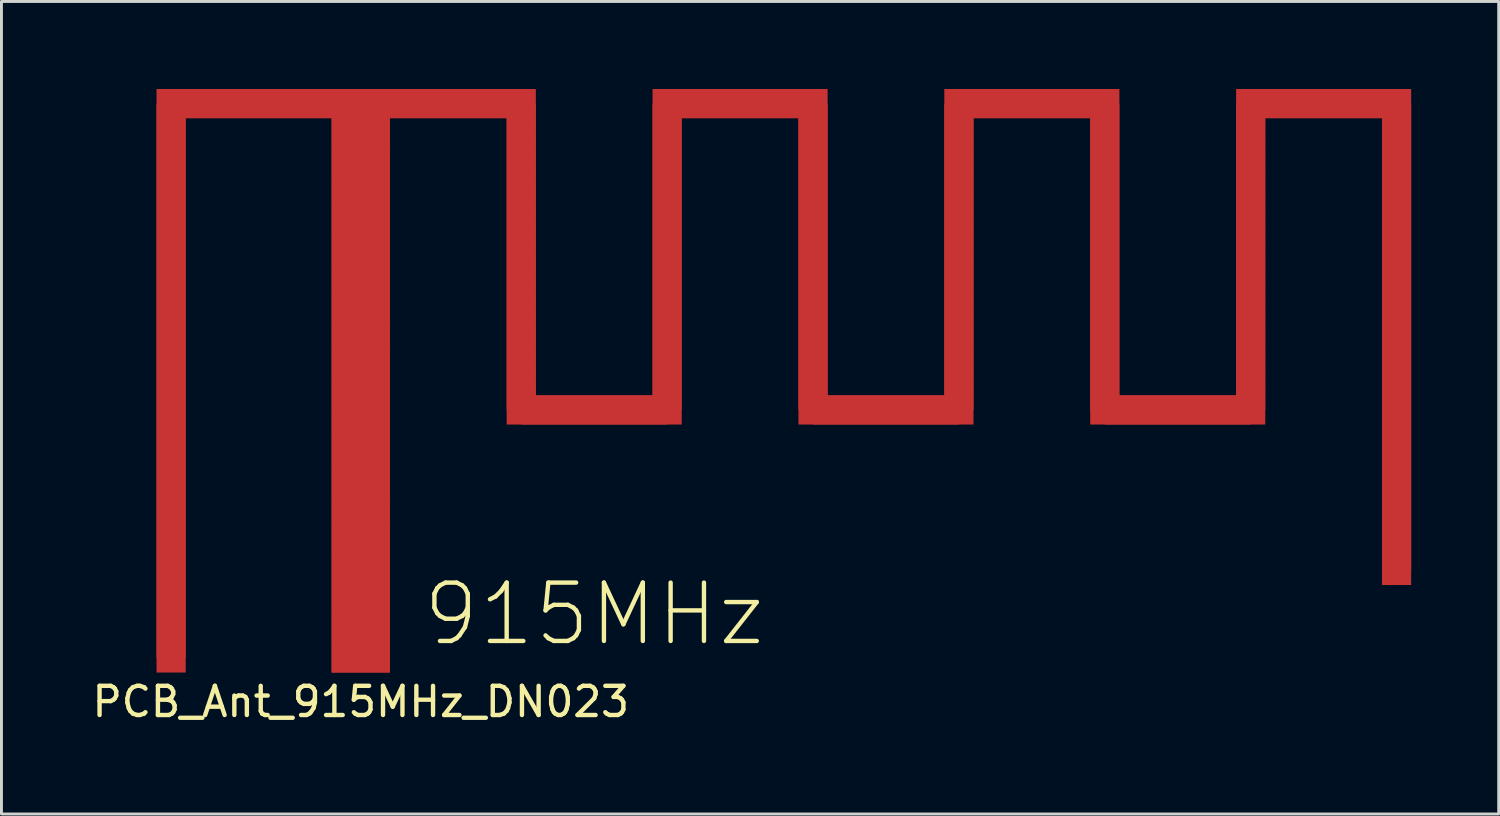
<source format=kicad_pcb>
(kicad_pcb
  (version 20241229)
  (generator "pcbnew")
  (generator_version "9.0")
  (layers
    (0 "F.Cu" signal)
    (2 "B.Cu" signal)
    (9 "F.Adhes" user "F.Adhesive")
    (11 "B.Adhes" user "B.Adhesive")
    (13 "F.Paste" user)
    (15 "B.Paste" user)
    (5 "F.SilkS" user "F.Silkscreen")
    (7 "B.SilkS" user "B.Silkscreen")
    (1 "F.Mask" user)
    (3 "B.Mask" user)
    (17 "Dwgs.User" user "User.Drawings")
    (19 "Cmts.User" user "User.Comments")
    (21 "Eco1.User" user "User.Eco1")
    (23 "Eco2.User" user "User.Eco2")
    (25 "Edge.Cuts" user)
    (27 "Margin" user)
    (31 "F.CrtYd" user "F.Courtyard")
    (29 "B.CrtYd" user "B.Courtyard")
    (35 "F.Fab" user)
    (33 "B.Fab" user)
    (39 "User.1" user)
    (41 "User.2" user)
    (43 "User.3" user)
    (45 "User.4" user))
  (footprint "PCB_Ant_915MHz_DN023"
    (layer "F.Cu")
    (at 9.315 20)
    (property "Reference" "PCB_Ant_915MHz_DN023" (at 0 1 0) (layer "F.SilkS") (effects (font (size 1 1) (thickness 0.15))))
    (attr through_hole)
    (fp_text user "915MHz" (at 8 -2 0) (layer "F.SilkS") (effects (font (size 2 2) (thickness 0.15))))
    (pad "" smd rect (at -6.5 -19.5) (size 1 1) (layers "F.Cu"))
    (pad "" smd rect (at -6.5 -19) (size 1 1) (layers "F.Cu"))
    (pad "" smd rect (at -6.5 -18.5) (size 1 1) (layers "F.Cu"))
    (pad "" smd rect (at -6.5 -18) (size 1 1) (layers "F.Cu"))
    (pad "" smd rect (at -6.5 -17.5) (size 1 1) (layers "F.Cu"))
    (pad "" smd rect (at -6.5 -17) (size 1 1) (layers "F.Cu"))
    (pad "" smd rect (at -6.5 -16.5) (size 1 1) (layers "F.Cu"))
    (pad "" smd rect (at -6.5 -16) (size 1 1) (layers "F.Cu"))
    (pad "" smd rect (at -6.5 -15.5) (size 1 1) (layers "F.Cu"))
    (pad "" smd rect (at -6.5 -15) (size 1 1) (layers "F.Cu"))
    (pad "" smd rect (at -6.5 -14.5) (size 1 1) (layers "F.Cu"))
    (pad "" smd rect (at -6.5 -14) (size 1 1) (layers "F.Cu"))
    (pad "" smd rect (at -6.5 -13.5) (size 1 1) (layers "F.Cu"))
    (pad "" smd rect (at -6.5 -13) (size 1 1) (layers "F.Cu"))
    (pad "" smd rect (at -6.5 -12.5) (size 1 1) (layers "F.Cu"))
    (pad "" smd rect (at -6.5 -12) (size 1 1) (layers "F.Cu"))
    (pad "" smd rect (at -6.5 -11.5) (size 1 1) (layers "F.Cu"))
    (pad "" smd rect (at -6.5 -11) (size 1 1) (layers "F.Cu"))
    (pad "" smd rect (at -6.5 -10.5) (size 1 1) (layers "F.Cu"))
    (pad "" smd rect (at -6.5 -10) (size 1 1) (layers "F.Cu"))
    (pad "" smd rect (at -6.5 -9.5) (size 1 1) (layers "F.Cu"))
    (pad "" smd rect (at -6.5 -9) (size 1 1) (layers "F.Cu"))
    (pad "" smd rect (at -6.5 -8.5) (size 1 1) (layers "F.Cu"))
    (pad "" smd rect (at -6.5 -8) (size 1 1) (layers "F.Cu"))
    (pad "" smd rect (at -6.5 -7.5) (size 1 1) (layers "F.Cu"))
    (pad "" smd rect (at -6.5 -7) (size 1 1) (layers "F.Cu"))
    (pad "" smd rect (at -6.5 -6.5) (size 1 1) (layers "F.Cu"))
    (pad "" smd rect (at -6.5 -6) (size 1 1) (layers "F.Cu"))
    (pad "" smd rect (at -6.5 -5.5) (size 1 1) (layers "F.Cu"))
    (pad "" smd rect (at -6.5 -5) (size 1 1) (layers "F.Cu"))
    (pad "" smd rect (at -6.5 -4.5) (size 1 1) (layers "F.Cu"))
    (pad "" smd rect (at -6.5 -4) (size 1 1) (layers "F.Cu"))
    (pad "" smd rect (at -6.5 -3.5) (size 1 1) (layers "F.Cu"))
    (pad "" smd rect (at -6.5 -3) (size 1 1) (layers "F.Cu"))
    (pad "" smd rect (at -6.5 -2.5) (size 1 1) (layers "F.Cu"))
    (pad "" smd rect (at -6.5 -2) (size 1 1) (layers "F.Cu"))
    (pad "" smd rect (at -6.5 -1.5) (size 1 1) (layers "F.Cu"))
    (pad "" smd rect (at -6.5 -1) (size 1 1) (layers "F.Cu"))
    (pad "" smd rect (at -6 -19.5) (size 1 1) (layers "F.Cu"))
    (pad "" smd rect (at -5.5 -19.5) (size 1 1) (layers "F.Cu"))
    (pad "" smd rect (at -5 -19.5) (size 1 1) (layers "F.Cu"))
    (pad "" smd rect (at -4.5 -19.5) (size 1 1) (layers "F.Cu"))
    (pad "" smd rect (at -4 -19.5) (size 1 1) (layers "F.Cu"))
    (pad "" smd rect (at -3.5 -19.5) (size 1 1) (layers "F.Cu"))
    (pad "" smd rect (at -3 -19.5) (size 1 1) (layers "F.Cu"))
    (pad "" smd rect (at -2.5 -19.5) (size 1 1) (layers "F.Cu"))
    (pad "" smd rect (at -2 -19.5) (size 1 1) (layers "F.Cu"))
    (pad "" smd rect (at -1.5 -19.5) (size 1 1) (layers "F.Cu"))
    (pad "" smd rect (at -1 -19.5) (size 1 1) (layers "F.Cu"))
    (pad "" smd rect (at 0 -19) (size 2 2) (layers "F.Cu"))
    (pad "" smd rect (at 0 -18) (size 2 2) (layers "F.Cu"))
    (pad "" smd rect (at 0 -17) (size 2 2) (layers "F.Cu"))
    (pad "" smd rect (at 0 -16) (size 2 2) (layers "F.Cu"))
    (pad "" smd rect (at 0 -15) (size 2 2) (layers "F.Cu"))
    (pad "" smd rect (at 0 -14) (size 2 2) (layers "F.Cu"))
    (pad "" smd rect (at 0 -13) (size 2 2) (layers "F.Cu"))
    (pad "" smd rect (at 0 -12) (size 2 2) (layers "F.Cu"))
    (pad "" smd rect (at 0 -11) (size 2 2) (layers "F.Cu"))
    (pad "" smd rect (at 0 -10) (size 2 2) (layers "F.Cu"))
    (pad "" smd rect (at 0 -9) (size 2 2) (layers "F.Cu"))
    (pad "" smd rect (at 0 -8) (size 2 2) (layers "F.Cu"))
    (pad "" smd rect (at 0 -7) (size 2 2) (layers "F.Cu"))
    (pad "" smd rect (at 0 -6) (size 2 2) (layers "F.Cu"))
    (pad "" smd rect (at 0 -5) (size 2 2) (layers "F.Cu"))
    (pad "" smd rect (at 0 -4) (size 2 2) (layers "F.Cu"))
    (pad "" smd rect (at 0 -3) (size 2 2) (layers "F.Cu"))
    (pad "" smd rect (at 0 -2) (size 2 2) (layers "F.Cu"))
    (pad "" smd rect (at 0 -1) (size 2 2) (layers "F.Cu"))
    (pad "" smd rect (at 1 -19.5) (size 1 1) (layers "F.Cu"))
    (pad "" smd rect (at 1.5 -19.5) (size 1 1) (layers "F.Cu"))
    (pad "" smd rect (at 2 -19.5) (size 1 1) (layers "F.Cu"))
    (pad "" smd rect (at 2.5 -19.5) (size 1 1) (layers "F.Cu"))
    (pad "" smd rect (at 3 -19.5) (size 1 1) (layers "F.Cu"))
    (pad "" smd rect (at 3.5 -19.5) (size 1 1) (layers "F.Cu"))
    (pad "" smd rect (at 4 -19.5) (size 1 1) (layers "F.Cu"))
    (pad "" smd rect (at 4.5 -19.5) (size 1 1) (layers "F.Cu"))
    (pad "" smd rect (at 5 -19.5) (size 1 1) (layers "F.Cu"))
    (pad "" smd rect (at 5.5 -19.5) (size 1 1) (layers "F.Cu"))
    (pad "" smd rect (at 5.5 -19) (size 1 1) (layers "F.Cu"))
    (pad "" smd rect (at 5.5 -18.5) (size 1 1) (layers "F.Cu"))
    (pad "" smd rect (at 5.5 -18) (size 1 1) (layers "F.Cu"))
    (pad "" smd rect (at 5.5 -17.5) (size 1 1) (layers "F.Cu"))
    (pad "" smd rect (at 5.5 -17) (size 1 1) (layers "F.Cu"))
    (pad "" smd rect (at 5.5 -16.5) (size 1 1) (layers "F.Cu"))
    (pad "" smd rect (at 5.5 -16) (size 1 1) (layers "F.Cu"))
    (pad "" smd rect (at 5.5 -15.5) (size 1 1) (layers "F.Cu"))
    (pad "" smd rect (at 5.5 -15) (size 1 1) (layers "F.Cu"))
    (pad "" smd rect (at 5.5 -14.5) (size 1 1) (layers "F.Cu"))
    (pad "" smd rect (at 5.5 -14) (size 1 1) (layers "F.Cu"))
    (pad "" smd rect (at 5.5 -13.5) (size 1 1) (layers "F.Cu"))
    (pad "" smd rect (at 5.5 -13) (size 1 1) (layers "F.Cu"))
    (pad "" smd rect (at 5.5 -12.5) (size 1 1) (layers "F.Cu"))
    (pad "" smd rect (at 5.5 -12) (size 1 1) (layers "F.Cu"))
    (pad "" smd rect (at 5.5 -11.5) (size 1 1) (layers "F.Cu"))
    (pad "" smd rect (at 5.5 -11) (size 1 1) (layers "F.Cu"))
    (pad "" smd rect (at 5.5 -10.5) (size 1 1) (layers "F.Cu"))
    (pad "" smd rect (at 5.5 -10) (size 1 1) (layers "F.Cu"))
    (pad "" smd rect (at 5.5 -9.5) (size 1 1) (layers "F.Cu"))
    (pad "" smd rect (at 5.5 -9) (size 1 1) (layers "F.Cu"))
    (pad "" smd rect (at 6 -9) (size 1 1) (layers "F.Cu"))
    (pad "" smd rect (at 6.5 -9) (size 1 1) (layers "F.Cu"))
    (pad "" smd rect (at 7 -9) (size 1 1) (layers "F.Cu"))
    (pad "" smd rect (at 7.5 -9) (size 1 1) (layers "F.Cu"))
    (pad "" smd rect (at 8 -9) (size 1 1) (layers "F.Cu"))
    (pad "" smd rect (at 8.5 -9) (size 1 1) (layers "F.Cu"))
    (pad "" smd rect (at 9 -9) (size 1 1) (layers "F.Cu"))
    (pad "" smd rect (at 9.5 -9) (size 1 1) (layers "F.Cu"))
    (pad "" smd rect (at 10 -9) (size 1 1) (layers "F.Cu"))
    (pad "" smd rect (at 10.5 -19.5) (size 1 1) (layers "F.Cu"))
    (pad "" smd rect (at 10.5 -19) (size 1 1) (layers "F.Cu"))
    (pad "" smd rect (at 10.5 -18.5) (size 1 1) (layers "F.Cu"))
    (pad "" smd rect (at 10.5 -18) (size 1 1) (layers "F.Cu"))
    (pad "" smd rect (at 10.5 -17.5) (size 1 1) (layers "F.Cu"))
    (pad "" smd rect (at 10.5 -17) (size 1 1) (layers "F.Cu"))
    (pad "" smd rect (at 10.5 -16.5) (size 1 1) (layers "F.Cu"))
    (pad "" smd rect (at 10.5 -16) (size 1 1) (layers "F.Cu"))
    (pad "" smd rect (at 10.5 -15.5) (size 1 1) (layers "F.Cu"))
    (pad "" smd rect (at 10.5 -15) (size 1 1) (layers "F.Cu"))
    (pad "" smd rect (at 10.5 -14.5) (size 1 1) (layers "F.Cu"))
    (pad "" smd rect (at 10.5 -14) (size 1 1) (layers "F.Cu"))
    (pad "" smd rect (at 10.5 -13.5) (size 1 1) (layers "F.Cu"))
    (pad "" smd rect (at 10.5 -13) (size 1 1) (layers "F.Cu"))
    (pad "" smd rect (at 10.5 -12.5) (size 1 1) (layers "F.Cu"))
    (pad "" smd rect (at 10.5 -12) (size 1 1) (layers "F.Cu"))
    (pad "" smd rect (at 10.5 -11.5) (size 1 1) (layers "F.Cu"))
    (pad "" smd rect (at 10.5 -11) (size 1 1) (layers "F.Cu"))
    (pad "" smd rect (at 10.5 -10.5) (size 1 1) (layers "F.Cu"))
    (pad "" smd rect (at 10.5 -10) (size 1 1) (layers "F.Cu"))
    (pad "" smd rect (at 10.5 -9.5) (size 1 1) (layers "F.Cu"))
    (pad "" smd rect (at 10.5 -9) (size 1 1) (layers "F.Cu"))
    (pad "" smd rect (at 11 -19.5) (size 1 1) (layers "F.Cu"))
    (pad "" smd rect (at 11.5 -19.5) (size 1 1) (layers "F.Cu"))
    (pad "" smd rect (at 12 -19.5) (size 1 1) (layers "F.Cu"))
    (pad "" smd rect (at 12.5 -19.5) (size 1 1) (layers "F.Cu"))
    (pad "" smd rect (at 13 -19.5) (size 1 1) (layers "F.Cu"))
    (pad "" smd rect (at 13.5 -19.5) (size 1 1) (layers "F.Cu"))
    (pad "" smd rect (at 14 -19.5) (size 1 1) (layers "F.Cu"))
    (pad "" smd rect (at 14.5 -19.5) (size 1 1) (layers "F.Cu"))
    (pad "" smd rect (at 15 -19.5) (size 1 1) (layers "F.Cu"))
    (pad "" smd rect (at 15.5 -19.5) (size 1 1) (layers "F.Cu"))
    (pad "" smd rect (at 15.5 -19) (size 1 1) (layers "F.Cu"))
    (pad "" smd rect (at 15.5 -18.5) (size 1 1) (layers "F.Cu"))
    (pad "" smd rect (at 15.5 -18) (size 1 1) (layers "F.Cu"))
    (pad "" smd rect (at 15.5 -17.5) (size 1 1) (layers "F.Cu"))
    (pad "" smd rect (at 15.5 -17) (size 1 1) (layers "F.Cu"))
    (pad "" smd rect (at 15.5 -16.5) (size 1 1) (layers "F.Cu"))
    (pad "" smd rect (at 15.5 -16) (size 1 1) (layers "F.Cu"))
    (pad "" smd rect (at 15.5 -15.5) (size 1 1) (layers "F.Cu"))
    (pad "" smd rect (at 15.5 -15) (size 1 1) (layers "F.Cu"))
    (pad "" smd rect (at 15.5 -14.5) (size 1 1) (layers "F.Cu"))
    (pad "" smd rect (at 15.5 -14) (size 1 1) (layers "F.Cu"))
    (pad "" smd rect (at 15.5 -13.5) (size 1 1) (layers "F.Cu"))
    (pad "" smd rect (at 15.5 -13) (size 1 1) (layers "F.Cu"))
    (pad "" smd rect (at 15.5 -12.5) (size 1 1) (layers "F.Cu"))
    (pad "" smd rect (at 15.5 -12) (size 1 1) (layers "F.Cu"))
    (pad "" smd rect (at 15.5 -11.5) (size 1 1) (layers "F.Cu"))
    (pad "" smd rect (at 15.5 -11) (size 1 1) (layers "F.Cu"))
    (pad "" smd rect (at 15.5 -10.5) (size 1 1) (layers "F.Cu"))
    (pad "" smd rect (at 15.5 -10) (size 1 1) (layers "F.Cu"))
    (pad "" smd rect (at 15.5 -9.5) (size 1 1) (layers "F.Cu"))
    (pad "" smd rect (at 15.5 -9) (size 1 1) (layers "F.Cu"))
    (pad "" smd rect (at 16 -9) (size 1 1) (layers "F.Cu"))
    (pad "" smd rect (at 16.5 -9) (size 1 1) (layers "F.Cu"))
    (pad "" smd rect (at 17 -9) (size 1 1) (layers "F.Cu"))
    (pad "" smd rect (at 17.5 -9) (size 1 1) (layers "F.Cu"))
    (pad "" smd rect (at 18 -9) (size 1 1) (layers "F.Cu"))
    (pad "" smd rect (at 18.5 -9) (size 1 1) (layers "F.Cu"))
    (pad "" smd rect (at 19 -9) (size 1 1) (layers "F.Cu"))
    (pad "" smd rect (at 19.5 -9) (size 1 1) (layers "F.Cu"))
    (pad "" smd rect (at 20 -9) (size 1 1) (layers "F.Cu"))
    (pad "" smd rect (at 20.5 -19.5) (size 1 1) (layers "F.Cu"))
    (pad "" smd rect (at 20.5 -19) (size 1 1) (layers "F.Cu"))
    (pad "" smd rect (at 20.5 -18.5) (size 1 1) (layers "F.Cu"))
    (pad "" smd rect (at 20.5 -18) (size 1 1) (layers "F.Cu"))
    (pad "" smd rect (at 20.5 -17.5) (size 1 1) (layers "F.Cu"))
    (pad "" smd rect (at 20.5 -17) (size 1 1) (layers "F.Cu"))
    (pad "" smd rect (at 20.5 -16.5) (size 1 1) (layers "F.Cu"))
    (pad "" smd rect (at 20.5 -16) (size 1 1) (layers "F.Cu"))
    (pad "" smd rect (at 20.5 -15.5) (size 1 1) (layers "F.Cu"))
    (pad "" smd rect (at 20.5 -15) (size 1 1) (layers "F.Cu"))
    (pad "" smd rect (at 20.5 -14.5) (size 1 1) (layers "F.Cu"))
    (pad "" smd rect (at 20.5 -14) (size 1 1) (layers "F.Cu"))
    (pad "" smd rect (at 20.5 -13.5) (size 1 1) (layers "F.Cu"))
    (pad "" smd rect (at 20.5 -13) (size 1 1) (layers "F.Cu"))
    (pad "" smd rect (at 20.5 -12.5) (size 1 1) (layers "F.Cu"))
    (pad "" smd rect (at 20.5 -12) (size 1 1) (layers "F.Cu"))
    (pad "" smd rect (at 20.5 -11.5) (size 1 1) (layers "F.Cu"))
    (pad "" smd rect (at 20.5 -11) (size 1 1) (layers "F.Cu"))
    (pad "" smd rect (at 20.5 -10.5) (size 1 1) (layers "F.Cu"))
    (pad "" smd rect (at 20.5 -10) (size 1 1) (layers "F.Cu"))
    (pad "" smd rect (at 20.5 -9.5) (size 1 1) (layers "F.Cu"))
    (pad "" smd rect (at 20.5 -9) (size 1 1) (layers "F.Cu"))
    (pad "" smd rect (at 21 -19.5) (size 1 1) (layers "F.Cu"))
    (pad "" smd rect (at 21.5 -19.5) (size 1 1) (layers "F.Cu"))
    (pad "" smd rect (at 22 -19.5) (size 1 1) (layers "F.Cu"))
    (pad "" smd rect (at 22.5 -19.5) (size 1 1) (layers "F.Cu"))
    (pad "" smd rect (at 23 -19.5) (size 1 1) (layers "F.Cu"))
    (pad "" smd rect (at 23.5 -19.5) (size 1 1) (layers "F.Cu"))
    (pad "" smd rect (at 24 -19.5) (size 1 1) (layers "F.Cu"))
    (pad "" smd rect (at 24.5 -19.5) (size 1 1) (layers "F.Cu"))
    (pad "" smd rect (at 25 -19.5) (size 1 1) (layers "F.Cu"))
    (pad "" smd rect (at 25.5 -19.5) (size 1 1) (layers "F.Cu"))
    (pad "" smd rect (at 25.5 -19) (size 1 1) (layers "F.Cu"))
    (pad "" smd rect (at 25.5 -18.5) (size 1 1) (layers "F.Cu"))
    (pad "" smd rect (at 25.5 -18) (size 1 1) (layers "F.Cu"))
    (pad "" smd rect (at 25.5 -17.5) (size 1 1) (layers "F.Cu"))
    (pad "" smd rect (at 25.5 -17) (size 1 1) (layers "F.Cu"))
    (pad "" smd rect (at 25.5 -16.5) (size 1 1) (layers "F.Cu"))
    (pad "" smd rect (at 25.5 -16) (size 1 1) (layers "F.Cu"))
    (pad "" smd rect (at 25.5 -15.5) (size 1 1) (layers "F.Cu"))
    (pad "" smd rect (at 25.5 -15) (size 1 1) (layers "F.Cu"))
    (pad "" smd rect (at 25.5 -14.5) (size 1 1) (layers "F.Cu"))
    (pad "" smd rect (at 25.5 -14) (size 1 1) (layers "F.Cu"))
    (pad "" smd rect (at 25.5 -13.5) (size 1 1) (layers "F.Cu"))
    (pad "" smd rect (at 25.5 -13) (size 1 1) (layers "F.Cu"))
    (pad "" smd rect (at 25.5 -12.5) (size 1 1) (layers "F.Cu"))
    (pad "" smd rect (at 25.5 -12) (size 1 1) (layers "F.Cu"))
    (pad "" smd rect (at 25.5 -11.5) (size 1 1) (layers "F.Cu"))
    (pad "" smd rect (at 25.5 -11) (size 1 1) (layers "F.Cu"))
    (pad "" smd rect (at 25.5 -10.5) (size 1 1) (layers "F.Cu"))
    (pad "" smd rect (at 25.5 -10) (size 1 1) (layers "F.Cu"))
    (pad "" smd rect (at 25.5 -9.5) (size 1 1) (layers "F.Cu"))
    (pad "" smd rect (at 25.5 -9) (size 1 1) (layers "F.Cu"))
    (pad "" smd rect (at 26 -9) (size 1 1) (layers "F.Cu"))
    (pad "" smd rect (at 26.5 -9) (size 1 1) (layers "F.Cu"))
    (pad "" smd rect (at 27 -9) (size 1 1) (layers "F.Cu"))
    (pad "" smd rect (at 27.5 -9) (size 1 1) (layers "F.Cu"))
    (pad "" smd rect (at 28 -9) (size 1 1) (layers "F.Cu"))
    (pad "" smd rect (at 28.5 -9) (size 1 1) (layers "F.Cu"))
    (pad "" smd rect (at 29 -9) (size 1 1) (layers "F.Cu"))
    (pad "" smd rect (at 29.5 -9) (size 1 1) (layers "F.Cu"))
    (pad "" smd rect (at 30 -9) (size 1 1) (layers "F.Cu"))
    (pad "" smd rect (at 30.5 -19.5) (size 1 1) (layers "F.Cu"))
    (pad "" smd rect (at 30.5 -19) (size 1 1) (layers "F.Cu"))
    (pad "" smd rect (at 30.5 -18.5) (size 1 1) (layers "F.Cu"))
    (pad "" smd rect (at 30.5 -18) (size 1 1) (layers "F.Cu"))
    (pad "" smd rect (at 30.5 -17.5) (size 1 1) (layers "F.Cu"))
    (pad "" smd rect (at 30.5 -17) (size 1 1) (layers "F.Cu"))
    (pad "" smd rect (at 30.5 -16.5) (size 1 1) (layers "F.Cu"))
    (pad "" smd rect (at 30.5 -16) (size 1 1) (layers "F.Cu"))
    (pad "" smd rect (at 30.5 -15.5) (size 1 1) (layers "F.Cu"))
    (pad "" smd rect (at 30.5 -15) (size 1 1) (layers "F.Cu"))
    (pad "" smd rect (at 30.5 -14.5) (size 1 1) (layers "F.Cu"))
    (pad "" smd rect (at 30.5 -14) (size 1 1) (layers "F.Cu"))
    (pad "" smd rect (at 30.5 -13.5) (size 1 1) (layers "F.Cu"))
    (pad "" smd rect (at 30.5 -13) (size 1 1) (layers "F.Cu"))
    (pad "" smd rect (at 30.5 -12.5) (size 1 1) (layers "F.Cu"))
    (pad "" smd rect (at 30.5 -12) (size 1 1) (layers "F.Cu"))
    (pad "" smd rect (at 30.5 -11.5) (size 1 1) (layers "F.Cu"))
    (pad "" smd rect (at 30.5 -11) (size 1 1) (layers "F.Cu"))
    (pad "" smd rect (at 30.5 -10.5) (size 1 1) (layers "F.Cu"))
    (pad "" smd rect (at 30.5 -10) (size 1 1) (layers "F.Cu"))
    (pad "" smd rect (at 30.5 -9.5) (size 1 1) (layers "F.Cu"))
    (pad "" smd rect (at 30.5 -9) (size 1 1) (layers "F.Cu"))
    (pad "" smd rect (at 31 -19.5) (size 1 1) (layers "F.Cu"))
    (pad "" smd rect (at 31.5 -19.5) (size 1 1) (layers "F.Cu"))
    (pad "" smd rect (at 32 -19.5) (size 1 1) (layers "F.Cu"))
    (pad "" smd rect (at 32.5 -19.5) (size 1 1) (layers "F.Cu"))
    (pad "" smd rect (at 33 -19.5) (size 1 1) (layers "F.Cu"))
    (pad "" smd rect (at 33.5 -19.5) (size 1 1) (layers "F.Cu"))
    (pad "" smd rect (at 34 -19.5) (size 1 1) (layers "F.Cu"))
    (pad "" smd rect (at 34.5 -19.5) (size 1 1) (layers "F.Cu"))
    (pad "" smd rect (at 35 -19.5) (size 1 1) (layers "F.Cu"))
    (pad "" smd rect (at 35.5 -19.5) (size 1 1) (layers "F.Cu"))
    (pad "" smd rect (at 35.5 -19) (size 1 1) (layers "F.Cu"))
    (pad "" smd rect (at 35.5 -18.5) (size 1 1) (layers "F.Cu"))
    (pad "" smd rect (at 35.5 -18) (size 1 1) (layers "F.Cu"))
    (pad "" smd rect (at 35.5 -17.5) (size 1 1) (layers "F.Cu"))
    (pad "" smd rect (at 35.5 -17) (size 1 1) (layers "F.Cu"))
    (pad "" smd rect (at 35.5 -16.5) (size 1 1) (layers "F.Cu"))
    (pad "" smd rect (at 35.5 -16) (size 1 1) (layers "F.Cu"))
    (pad "" smd rect (at 35.5 -15.5) (size 1 1) (layers "F.Cu"))
    (pad "" smd rect (at 35.5 -15) (size 1 1) (layers "F.Cu"))
    (pad "" smd rect (at 35.5 -14.5) (size 1 1) (layers "F.Cu"))
    (pad "" smd rect (at 35.5 -14) (size 1 1) (layers "F.Cu"))
    (pad "" smd rect (at 35.5 -13.5) (size 1 1) (layers "F.Cu"))
    (pad "" smd rect (at 35.5 -13) (size 1 1) (layers "F.Cu"))
    (pad "" smd rect (at 35.5 -12.5) (size 1 1) (layers "F.Cu"))
    (pad "" smd rect (at 35.5 -12) (size 1 1) (layers "F.Cu"))
    (pad "" smd rect (at 35.5 -11.5) (size 1 1) (layers "F.Cu"))
    (pad "" smd rect (at 35.5 -11) (size 1 1) (layers "F.Cu"))
    (pad "" smd rect (at 35.5 -10.5) (size 1 1) (layers "F.Cu"))
    (pad "" smd rect (at 35.5 -10) (size 1 1) (layers "F.Cu"))
    (pad "" smd rect (at 35.5 -9.5) (size 1 1) (layers "F.Cu"))
    (pad "" smd rect (at 35.5 -9) (size 1 1) (layers "F.Cu"))
    (pad "" smd rect (at 35.5 -8.5) (size 1 1) (layers "F.Cu"))
    (pad "" smd rect (at 35.5 -8) (size 1 1) (layers "F.Cu"))
    (pad "" smd rect (at 35.5 -7.5) (size 1 1) (layers "F.Cu"))
    (pad "" smd rect (at 35.5 -7) (size 1 1) (layers "F.Cu"))
    (pad "" smd rect (at 35.5 -6.5) (size 1 1) (layers "F.Cu"))
    (pad "" smd rect (at 35.5 -6) (size 1 1) (layers "F.Cu"))
    (pad "" smd rect (at 35.5 -5.5) (size 1 1) (layers "F.Cu"))
    (pad "" smd rect (at 35.5 -5) (size 1 1) (layers "F.Cu"))
    (pad "" smd rect (at 35.5 -4.5) (size 1 1) (layers "F.Cu"))
    (pad "" smd rect (at 35.5 -4) (size 1 1) (layers "F.Cu"))
    (pad "" smd rect (at 35.5 -3.5) (size 1 1) (layers "F.Cu"))
    (pad "1" smd rect (at 0 -0.5) (size 2 1) (layers "F.Cu"))
    (pad "2" smd rect (at -6.5 -0.5) (size 1 1) (layers "F.Cu")))
  (gr_rect
    (start -3 -3)
    (end 48.315 24.848)
    (stroke (width 0.1) (type default))
    (fill no)
    (layer "Edge.Cuts")))
</source>
